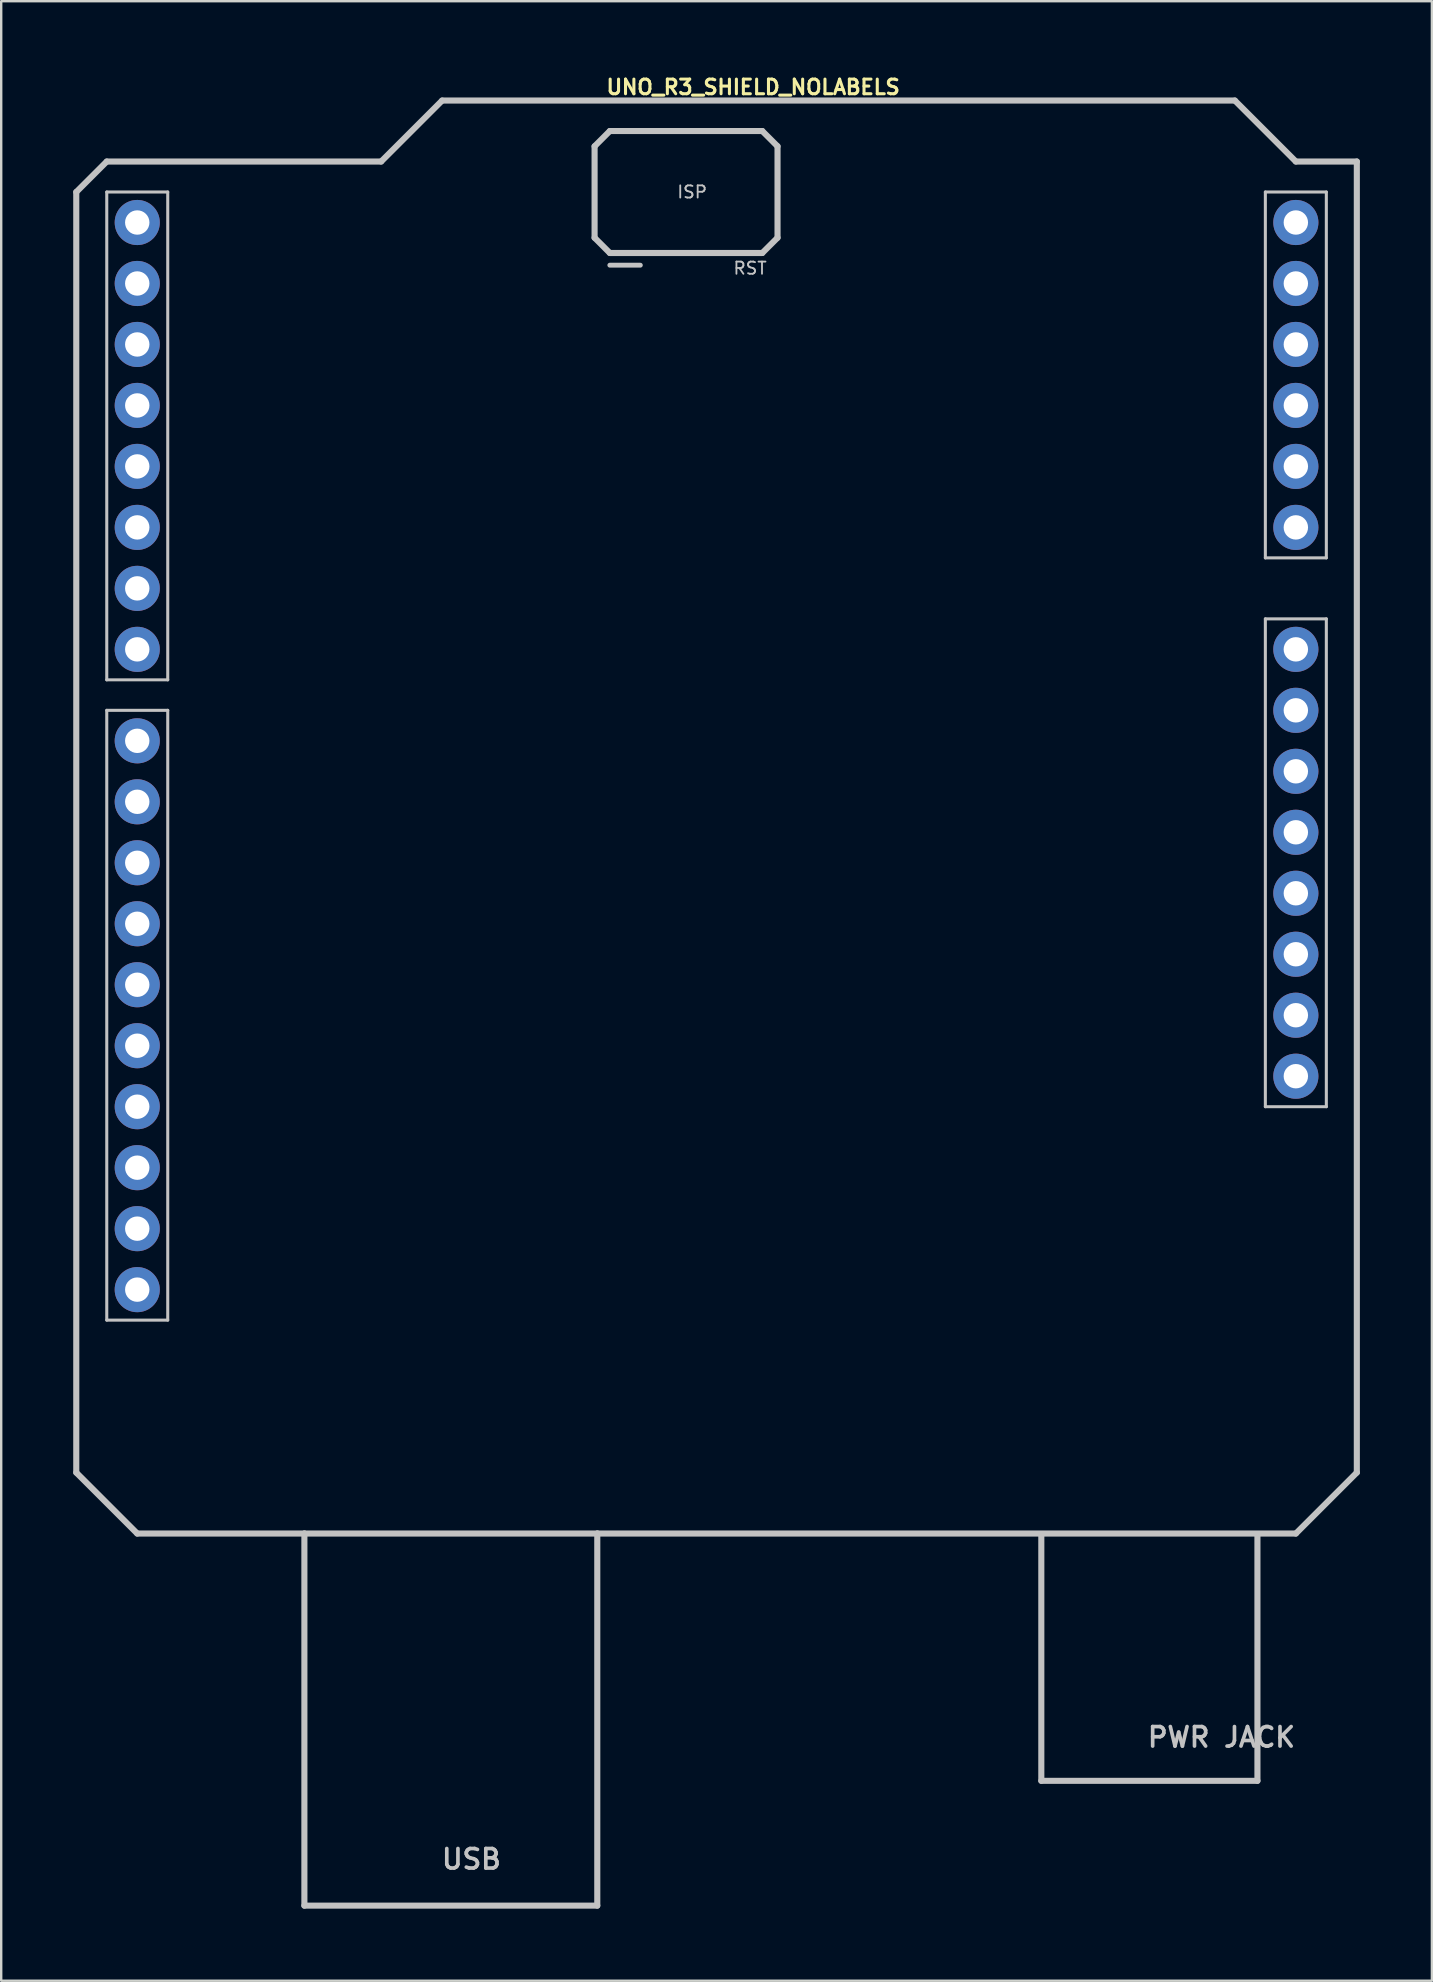
<source format=kicad_pcb>
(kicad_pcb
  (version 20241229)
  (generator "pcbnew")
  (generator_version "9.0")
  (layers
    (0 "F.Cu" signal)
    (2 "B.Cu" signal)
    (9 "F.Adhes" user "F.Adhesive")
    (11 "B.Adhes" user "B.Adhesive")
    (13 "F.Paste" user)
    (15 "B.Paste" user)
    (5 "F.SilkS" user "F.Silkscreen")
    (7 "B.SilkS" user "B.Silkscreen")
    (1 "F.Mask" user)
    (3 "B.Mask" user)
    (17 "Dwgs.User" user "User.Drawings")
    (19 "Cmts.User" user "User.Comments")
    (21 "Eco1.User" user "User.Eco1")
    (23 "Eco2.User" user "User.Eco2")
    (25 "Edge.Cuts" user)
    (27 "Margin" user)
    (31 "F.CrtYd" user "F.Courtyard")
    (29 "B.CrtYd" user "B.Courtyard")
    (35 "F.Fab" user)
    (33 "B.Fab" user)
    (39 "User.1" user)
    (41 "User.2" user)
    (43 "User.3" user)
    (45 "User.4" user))
  (footprint "UNO_R3_SHIELD_NOLABELS"
    (layer "F.Cu")
    (at 26.797 30.348)
    (property "Reference" "UNO_R3_SHIELD_NOLABELS" (at 1.524 -29.769 0) (layer "F.SilkS") (effects (font (size 0.61 0.61) (thickness 0.127))))
    (attr exclude_from_pos_files exclude_from_bom)
    (fp_line (start -26.67 -25.4) (end -26.67 27.94) (stroke (width 0.254) (type solid)) (layer "Dwgs.User"))
    (fp_line (start -26.67 27.94) (end -24.13 30.48) (stroke (width 0.254) (type solid)) (layer "Dwgs.User"))
    (fp_line (start -25.4 -26.67) (end -26.67 -25.4) (stroke (width 0.254) (type solid)) (layer "Dwgs.User"))
    (fp_line (start -25.4 -25.4) (end -22.86 -25.4) (stroke (width 0.127) (type solid)) (layer "Dwgs.User"))
    (fp_line (start -25.4 -5.08) (end -25.4 -25.4) (stroke (width 0.127) (type solid)) (layer "Dwgs.User"))
    (fp_line (start -25.4 -3.81) (end -22.86 -3.81) (stroke (width 0.127) (type solid)) (layer "Dwgs.User"))
    (fp_line (start -25.4 21.59) (end -25.4 -3.81) (stroke (width 0.127) (type solid)) (layer "Dwgs.User"))
    (fp_line (start -24.13 30.48) (end -17.168 30.48) (stroke (width 0.254) (type solid)) (layer "Dwgs.User"))
    (fp_line (start -22.86 -25.4) (end -22.86 -5.08) (stroke (width 0.127) (type solid)) (layer "Dwgs.User"))
    (fp_line (start -22.86 -5.08) (end -25.4 -5.08) (stroke (width 0.127) (type solid)) (layer "Dwgs.User"))
    (fp_line (start -22.86 -3.81) (end -22.86 21.59) (stroke (width 0.127) (type solid)) (layer "Dwgs.User"))
    (fp_line (start -22.86 21.59) (end -25.4 21.59) (stroke (width 0.127) (type solid)) (layer "Dwgs.User"))
    (fp_line (start -17.168 30.48) (end -4.968 30.48) (stroke (width 0.254) (type solid)) (layer "Dwgs.User"))
    (fp_line (start -17.168 45.979) (end -17.168 30.48) (stroke (width 0.254) (type solid)) (layer "Dwgs.User"))
    (fp_line (start -17.168 45.979) (end -4.968 45.979) (stroke (width 0.254) (type solid)) (layer "Dwgs.User"))
    (fp_line (start -13.97 -26.67) (end -25.4 -26.67) (stroke (width 0.254) (type solid)) (layer "Dwgs.User"))
    (fp_line (start -11.43 -29.21) (end -13.97 -26.67) (stroke (width 0.254) (type solid)) (layer "Dwgs.User"))
    (fp_line (start -5.08 -27.305) (end -4.445 -27.94) (stroke (width 0.254) (type solid)) (layer "Dwgs.User"))
    (fp_line (start -5.08 -23.495) (end -5.08 -27.305) (stroke (width 0.254) (type solid)) (layer "Dwgs.User"))
    (fp_line (start -4.968 30.48) (end 24.13 30.48) (stroke (width 0.254) (type solid)) (layer "Dwgs.User"))
    (fp_line (start -4.968 45.979) (end -4.968 30.48) (stroke (width 0.254) (type solid)) (layer "Dwgs.User"))
    (fp_line (start -4.445 -27.94) (end 1.905 -27.94) (stroke (width 0.254) (type solid)) (layer "Dwgs.User"))
    (fp_line (start -4.445 -22.86) (end -5.08 -23.495) (stroke (width 0.254) (type solid)) (layer "Dwgs.User"))
    (fp_line (start -3.175 -22.352) (end -4.445 -22.352) (stroke (width 0.203) (type solid)) (layer "Dwgs.User"))
    (fp_line (start 1.905 -27.94) (end 2.54 -27.305) (stroke (width 0.254) (type solid)) (layer "Dwgs.User"))
    (fp_line (start 1.905 -22.86) (end -4.445 -22.86) (stroke (width 0.254) (type solid)) (layer "Dwgs.User"))
    (fp_line (start 2.54 -27.305) (end 2.54 -23.495) (stroke (width 0.254) (type solid)) (layer "Dwgs.User"))
    (fp_line (start 2.54 -23.495) (end 1.905 -22.86) (stroke (width 0.254) (type solid)) (layer "Dwgs.User"))
    (fp_line (start 13.528 40.78) (end 13.528 30.579) (stroke (width 0.254) (type solid)) (layer "Dwgs.User"))
    (fp_line (start 13.528 40.78) (end 22.53 40.78) (stroke (width 0.254) (type solid)) (layer "Dwgs.User"))
    (fp_line (start 21.59 -29.21) (end -11.43 -29.21) (stroke (width 0.254) (type solid)) (layer "Dwgs.User"))
    (fp_line (start 22.53 40.78) (end 22.53 30.579) (stroke (width 0.254) (type solid)) (layer "Dwgs.User"))
    (fp_line (start 22.86 -25.4) (end 25.4 -25.4) (stroke (width 0.127) (type solid)) (layer "Dwgs.User"))
    (fp_line (start 22.86 -10.16) (end 22.86 -25.4) (stroke (width 0.127) (type solid)) (layer "Dwgs.User"))
    (fp_line (start 22.86 -7.62) (end 22.86 12.7) (stroke (width 0.127) (type solid)) (layer "Dwgs.User"))
    (fp_line (start 22.86 12.7) (end 25.4 12.7) (stroke (width 0.127) (type solid)) (layer "Dwgs.User"))
    (fp_line (start 24.13 -26.67) (end 21.59 -29.21) (stroke (width 0.254) (type solid)) (layer "Dwgs.User"))
    (fp_line (start 24.13 30.48) (end 26.67 27.94) (stroke (width 0.254) (type solid)) (layer "Dwgs.User"))
    (fp_line (start 25.4 -25.4) (end 25.4 -10.16) (stroke (width 0.127) (type solid)) (layer "Dwgs.User"))
    (fp_line (start 25.4 -10.16) (end 22.86 -10.16) (stroke (width 0.127) (type solid)) (layer "Dwgs.User"))
    (fp_line (start 25.4 -7.62) (end 22.86 -7.62) (stroke (width 0.127) (type solid)) (layer "Dwgs.User"))
    (fp_line (start 25.4 12.7) (end 25.4 -7.62) (stroke (width 0.127) (type solid)) (layer "Dwgs.User"))
    (fp_line (start 26.67 -26.67) (end 24.13 -26.67) (stroke (width 0.254) (type solid)) (layer "Dwgs.User"))
    (fp_line (start 26.67 27.94) (end 26.67 -26.67) (stroke (width 0.254) (type solid)) (layer "Dwgs.User"))
    (fp_text user "PWR JACK" (at 21.031 38.964 0) (layer "Dwgs.User") (effects (font (size 0.813 0.813) (thickness 0.152))))
    (fp_text user "USB" (at -10.211 44.044 0) (layer "Dwgs.User") (effects (font (size 0.813 0.813) (thickness 0.152))))
    (fp_text user "RST" (at 1.397 -22.225 0) (layer "Dwgs.User") (effects (font (size 0.508 0.508) (thickness 0.076))))
    (fp_text user "ISP" (at -1.016 -25.4 0) (layer "Dwgs.User") (effects (font (size 0.508 0.508) (thickness 0.076))))
    (pad "3.3V" thru_hole circle (at 24.13 3.81) (size 1.88 1.88) (drill 1.016) (layers "*.Cu" "*.Paste" "*.Mask"))
    (pad "5V" thru_hole circle (at 24.13 1.27) (size 1.88 1.88) (drill 1.016) (layers "*.Cu" "*.Paste" "*.Mask"))
    (pad "A0" thru_hole circle (at 24.13 -11.43) (size 1.88 1.88) (drill 1.016) (layers "*.Cu" "*.Paste" "*.Mask"))
    (pad "A1" thru_hole circle (at 24.13 -13.97) (size 1.88 1.88) (drill 1.016) (layers "*.Cu" "*.Paste" "*.Mask"))
    (pad "A2" thru_hole circle (at 24.13 -16.51) (size 1.88 1.88) (drill 1.016) (layers "*.Cu" "*.Paste" "*.Mask"))
    (pad "A3" thru_hole circle (at 24.13 -19.05) (size 1.88 1.88) (drill 1.016) (layers "*.Cu" "*.Paste" "*.Mask"))
    (pad "A4" thru_hole circle (at 24.13 -21.59) (size 1.88 1.88) (drill 1.016) (layers "*.Cu" "*.Paste" "*.Mask"))
    (pad "A5" thru_hole circle (at 24.13 -24.13) (size 1.88 1.88) (drill 1.016) (layers "*.Cu" "*.Paste" "*.Mask"))
    (pad "AREF" thru_hole circle (at -24.13 15.24) (size 1.88 1.88) (drill 1.016) (layers "*.Cu" "*.Paste" "*.Mask"))
    (pad "D2" thru_hole circle (at -24.13 -19.05) (size 1.88 1.88) (drill 1.016) (layers "*.Cu" "*.Paste" "*.Mask"))
    (pad "D3" thru_hole circle (at -24.13 -16.51) (size 1.88 1.88) (drill 1.016) (layers "*.Cu" "*.Paste" "*.Mask"))
    (pad "D4" thru_hole circle (at -24.13 -13.97) (size 1.88 1.88) (drill 1.016) (layers "*.Cu" "*.Paste" "*.Mask"))
    (pad "D5" thru_hole circle (at -24.13 -11.43) (size 1.88 1.88) (drill 1.016) (layers "*.Cu" "*.Paste" "*.Mask"))
    (pad "D6" thru_hole circle (at -24.13 -8.89) (size 1.88 1.88) (drill 1.016) (layers "*.Cu" "*.Paste" "*.Mask"))
    (pad "D7" thru_hole circle (at -24.13 -6.35) (size 1.88 1.88) (drill 1.016) (layers "*.Cu" "*.Paste" "*.Mask"))
    (pad "D8" thru_hole circle (at -24.13 -2.54) (size 1.88 1.88) (drill 1.016) (layers "*.Cu" "*.Paste" "*.Mask"))
    (pad "D9" thru_hole circle (at -24.13 0) (size 1.88 1.88) (drill 1.016) (layers "*.Cu" "*.Paste" "*.Mask"))
    (pad "D10" thru_hole circle (at -24.13 2.54) (size 1.88 1.88) (drill 1.016) (layers "*.Cu" "*.Paste" "*.Mask"))
    (pad "D11" thru_hole circle (at -24.13 5.08) (size 1.88 1.88) (drill 1.016) (layers "*.Cu" "*.Paste" "*.Mask"))
    (pad "D12" thru_hole circle (at -24.13 7.62) (size 1.88 1.88) (drill 1.016) (layers "*.Cu" "*.Paste" "*.Mask"))
    (pad "D13" thru_hole circle (at -24.13 10.16) (size 1.88 1.88) (drill 1.016) (layers "*.Cu" "*.Paste" "*.Mask"))
    (pad "GND@" thru_hole circle (at -24.13 12.7) (size 1.88 1.88) (drill 1.016) (layers "*.Cu" "*.Paste" "*.Mask"))
    (pad "GND@" thru_hole circle (at 24.13 -3.81) (size 1.88 1.88) (drill 1.016) (layers "*.Cu" "*.Paste" "*.Mask"))
    (pad "GND@" thru_hole circle (at 24.13 -1.27) (size 1.88 1.88) (drill 1.016) (layers "*.Cu" "*.Paste" "*.Mask"))
    (pad "IORE" thru_hole circle (at 24.13 8.89) (size 1.88 1.88) (drill 1.016) (layers "*.Cu" "*.Paste" "*.Mask"))
    (pad "NC" thru_hole circle (at 24.13 11.43) (size 1.88 1.88) (drill 1.016) (layers "*.Cu" "*.Paste" "*.Mask"))
    (pad "RES" thru_hole circle (at 24.13 6.35) (size 1.88 1.88) (drill 1.016) (layers "*.Cu" "*.Paste" "*.Mask"))
    (pad "RX" thru_hole circle (at -24.13 -24.13) (size 1.88 1.88) (drill 1.016) (layers "*.Cu" "*.Paste" "*.Mask"))
    (pad "SCL" thru_hole circle (at -24.13 20.32) (size 1.88 1.88) (drill 1.016) (layers "*.Cu" "*.Paste" "*.Mask"))
    (pad "SDA" thru_hole circle (at -24.13 17.78) (size 1.88 1.88) (drill 1.016) (layers "*.Cu" "*.Paste" "*.Mask"))
    (pad "TX" thru_hole circle (at -24.13 -21.59) (size 1.88 1.88) (drill 1.016) (layers "*.Cu" "*.Paste" "*.Mask"))
    (pad "VIN" thru_hole circle (at 24.13 -6.35) (size 1.88 1.88) (drill 1.016) (layers "*.Cu" "*.Paste" "*.Mask")))
  (gr_rect
    (start -3 -3)
    (end 56.594 79.454)
    (stroke (width 0.1) (type default))
    (fill no)
    (layer "Edge.Cuts")))
</source>
